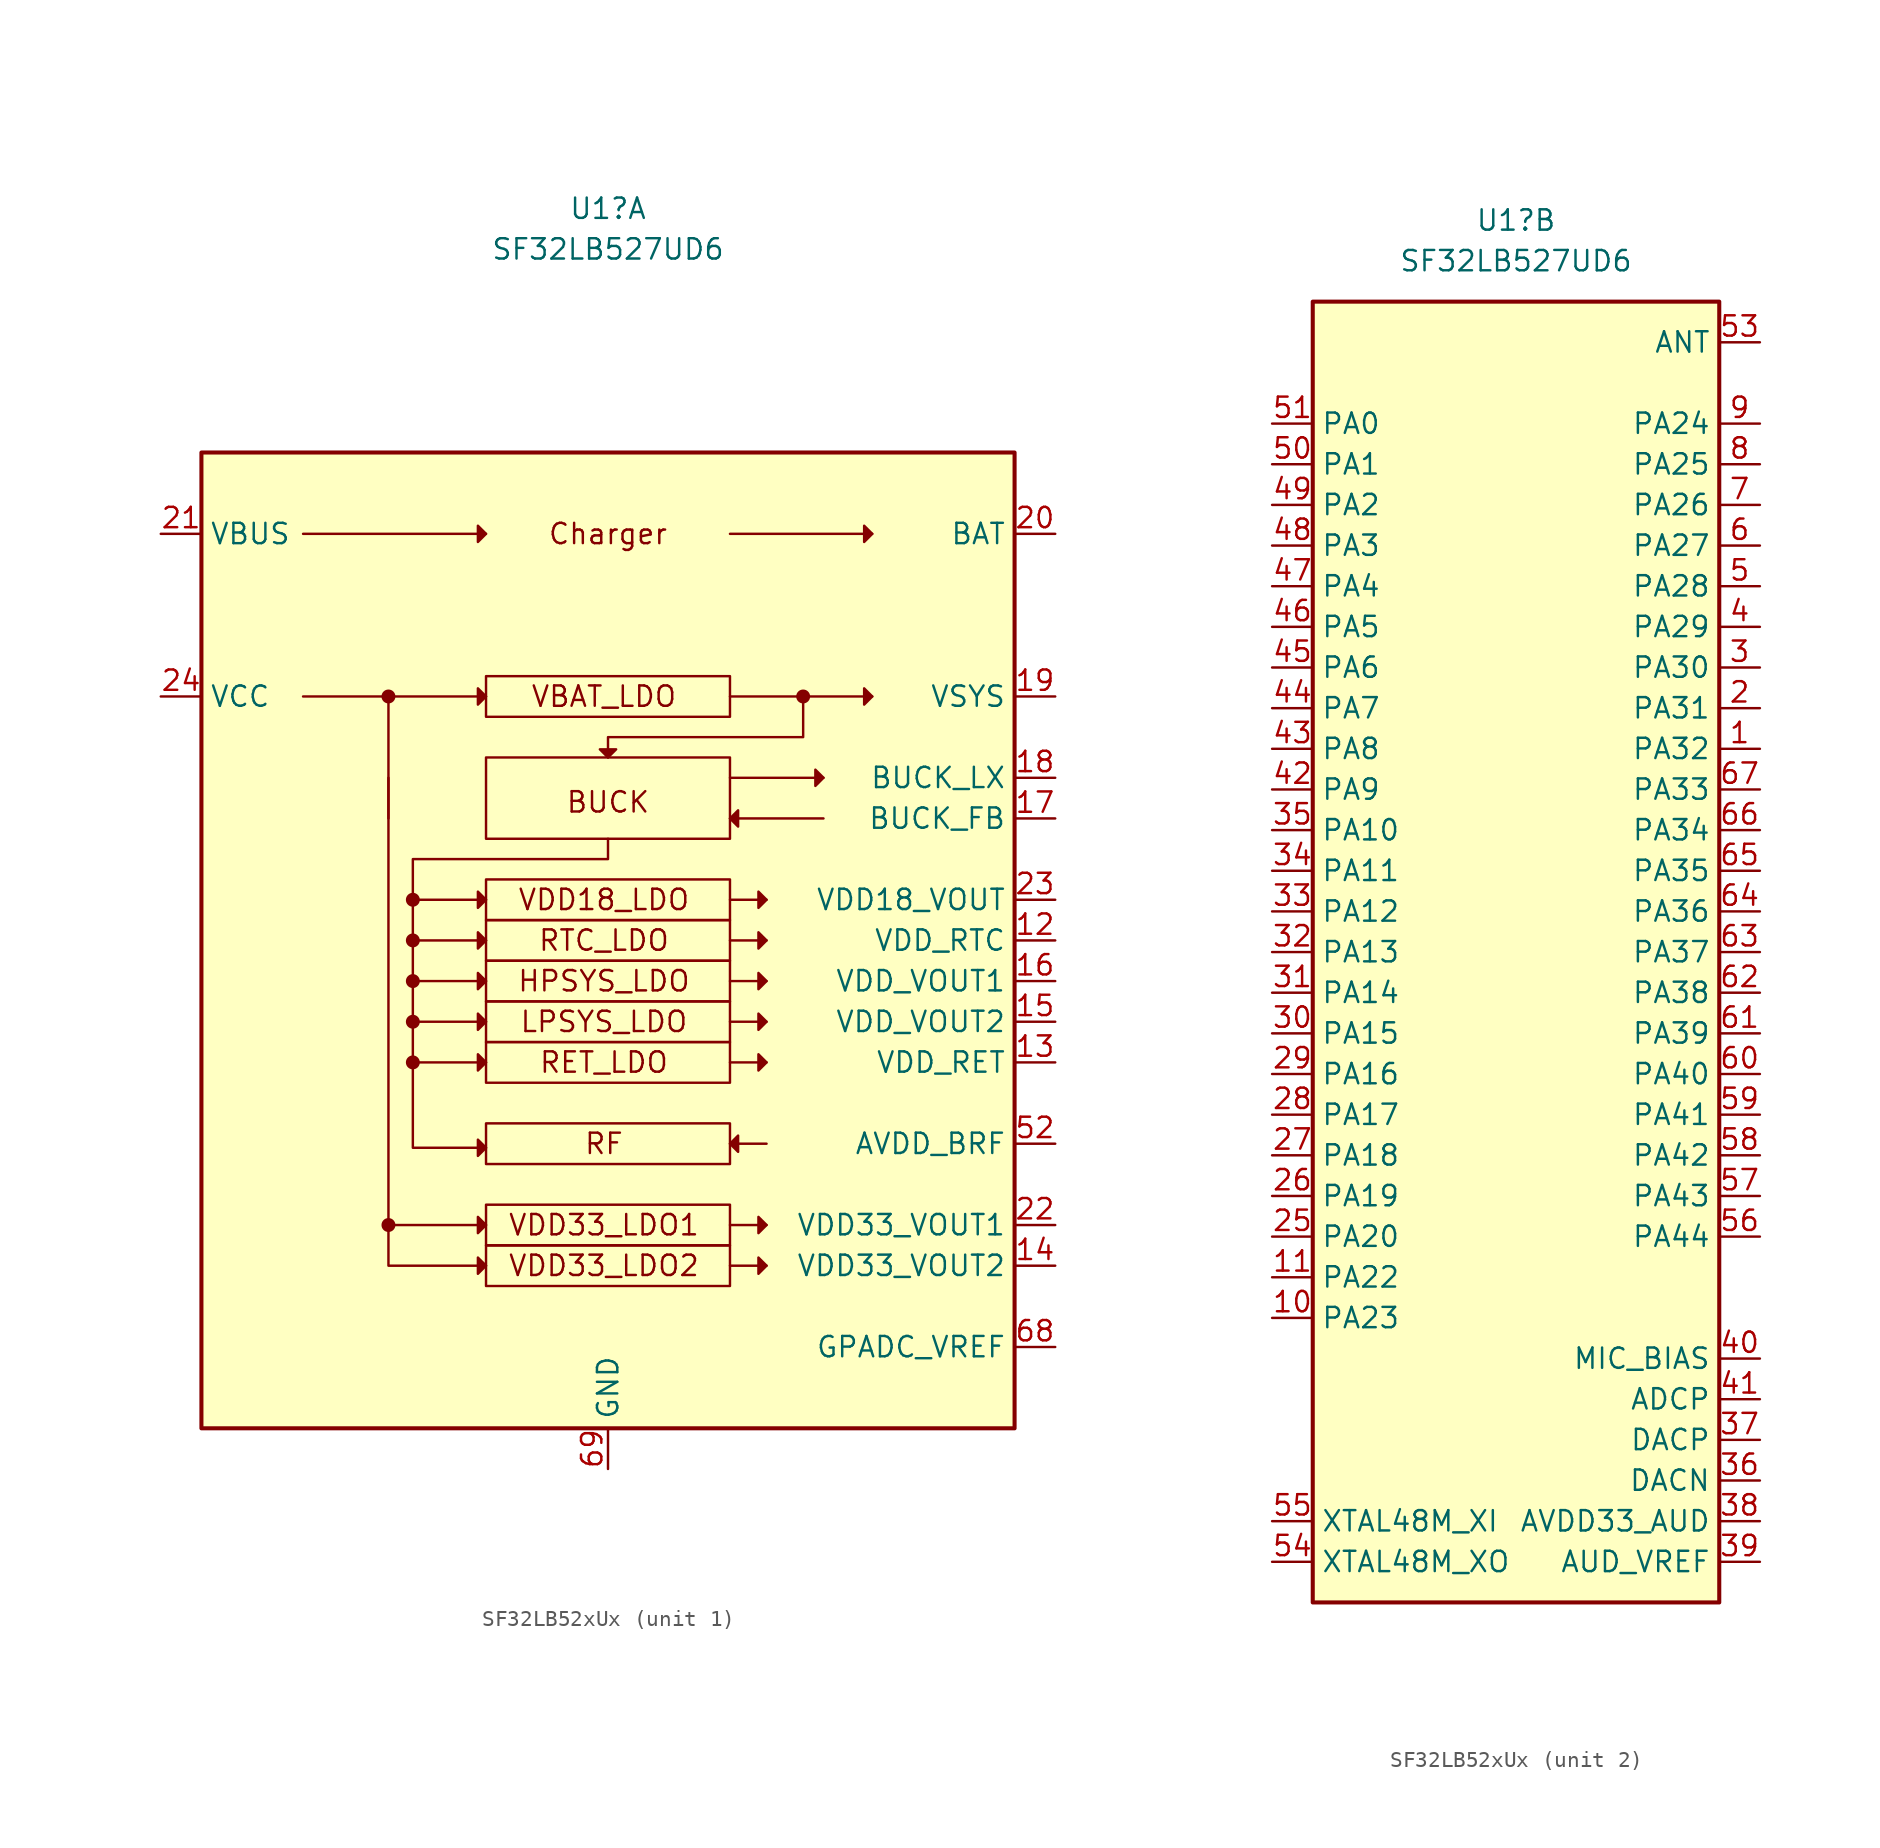
<source format=kicad_sym>
(kicad_symbol_lib
  (version 20231120)
  (generator "kicad_symbol_editor")
  (generator_version "8.0")
  (symbol "SF32LB52xUx"
    (property "Reference" "U1"
      (at 0 45.72 0)
      (effects (font (size 1.27 1.27))))
    (property "Value" "SF32LB527UD6"
      (at 0 43.18 0)
      (effects (font (size 1.27 1.27))))
    (property "ki_locked" ""
      (at 0 0 0)
      (effects (font (size 1.27 1.27))))
    (symbol "SF32LB52xUx_1_0"
      (pin power_out line (at 27.94 0 180) (length 2.54) (name "VDD_RTC" (effects (font (size 1.27 1.27)))) (number "12" (effects (font (size 1.27 1.27)))))
      (pin power_out line (at 27.94 -7.62 180) (length 2.54) (name "VDD_RET" (effects (font (size 1.27 1.27)))) (number "13" (effects (font (size 1.27 1.27)))))
      (pin power_out line (at 27.94 -20.32 180) (length 2.54) (name "VDD33_VOUT2" (effects (font (size 1.27 1.27)))) (number "14" (effects (font (size 1.27 1.27)))))
      (pin power_out line (at 27.94 -5.08 180) (length 2.54) (name "VDD_VOUT2" (effects (font (size 1.27 1.27)))) (number "15" (effects (font (size 1.27 1.27)))))
      (pin power_out line (at 27.94 -2.54 180) (length 2.54) (name "VDD_VOUT1" (effects (font (size 1.27 1.27)))) (number "16" (effects (font (size 1.27 1.27)))))
      (pin power_out line (at 27.94 7.62 180) (length 2.54) (name "BUCK_FB" (effects (font (size 1.27 1.27)))) (number "17" (effects (font (size 1.27 1.27)))))
      (pin input line (at 27.94 10.16 180) (length 2.54) (name "BUCK_LX" (effects (font (size 1.27 1.27)))) (number "18" (effects (font (size 1.27 1.27)))))
      (pin power_out line (at 27.94 15.24 180) (length 2.54) (name "VSYS" (effects (font (size 1.27 1.27)))) (number "19" (effects (font (size 1.27 1.27)))))
      (pin bidirectional line (at 27.94 25.4 180) (length 2.54) (name "BAT" (effects (font (size 1.27 1.27)))) (number "20" (effects (font (size 1.27 1.27)))))
      (pin power_in line (at -27.94 25.4 0) (length 2.54) (name "VBUS" (effects (font (size 1.27 1.27)))) (number "21" (effects (font (size 1.27 1.27)))))
      (pin power_out line (at 27.94 -17.78 180) (length 2.54) (name "VDD33_VOUT1" (effects (font (size 1.27 1.27)))) (number "22" (effects (font (size 1.27 1.27)))))
      (pin power_out line (at 27.94 2.54 180) (length 2.54) (name "VDD18_VOUT" (effects (font (size 1.27 1.27)))) (number "23" (effects (font (size 1.27 1.27)))))
      (pin power_in line (at -27.94 15.24 0) (length 2.54) (name "VCC" (effects (font (size 1.27 1.27)))) (number "24" (effects (font (size 1.27 1.27)))))
      (pin power_in line (at 27.94 -12.7 180) (length 2.54) (name "AVDD_BRF" (effects (font (size 1.27 1.27)))) (number "52" (effects (font (size 1.27 1.27)))))
      (pin bidirectional line (at 27.94 -25.4 180) (length 2.54) (name "GPADC_VREF" (effects (font (size 1.27 1.27)))) (number "68" (effects (font (size 1.27 1.27)))))
      (pin power_in line (at 0 -33.02 90) (length 2.54) (name "GND" (effects (font (size 1.27 1.27)))) (number "69" (effects (font (size 1.27 1.27))))))
    (symbol "SF32LB52xUx_1_1"
      (rectangle (start -25.4 30.48) (end 25.4 -30.48) (stroke (width 0.254) (type default)) (fill (type background)))
      (circle (center -13.716 -17.78) (radius 0.359) (stroke (width 0) (type default)) (fill (type outline)))
      (circle (center -13.716 15.24) (radius 0.359) (stroke (width 0) (type default)) (fill (type outline)))
      (circle (center -12.192 -7.62) (radius 0.359) (stroke (width 0) (type default)) (fill (type outline)))
      (circle (center -12.192 -5.08) (radius 0.359) (stroke (width 0) (type default)) (fill (type outline)))
      (circle (center -12.192 -2.54) (radius 0.359) (stroke (width 0) (type default)) (fill (type outline)))
      (circle (center -12.192 0) (radius 0.359) (stroke (width 0) (type default)) (fill (type outline)))
      (circle (center -12.192 2.54) (radius 0.359) (stroke (width 0) (type default)) (fill (type outline)))
      (rectangle (start -7.62 -19.05) (end 7.62 -21.59) (stroke (width 0) (type default)) (fill (type none)))
      (rectangle (start -7.62 -16.51) (end 7.62 -19.05) (stroke (width 0) (type default)) (fill (type none)))
      (rectangle (start -7.62 -11.43) (end 7.62 -13.97) (stroke (width 0) (type default)) (fill (type none)))
      (rectangle (start -7.62 -6.35) (end 7.62 -8.89) (stroke (width 0) (type default)) (fill (type none)))
      (rectangle (start -7.62 -3.81) (end 7.62 -6.35) (stroke (width 0) (type default)) (fill (type none)))
      (rectangle (start -7.62 -1.27) (end 7.62 -3.81) (stroke (width 0) (type default)) (fill (type none)))
      (rectangle (start -7.62 1.27) (end 7.62 -1.27) (stroke (width 0) (type default)) (fill (type none)))
      (rectangle (start -7.62 3.81) (end 7.62 1.27) (stroke (width 0) (type default)) (fill (type none)))
      (rectangle (start -7.62 11.43) (end 7.62 6.35) (stroke (width 0) (type default)) (fill (type none)))
      (rectangle (start -7.62 16.51) (end 7.62 13.97) (stroke (width 0) (type default)) (fill (type none)))
      (polyline (pts (xy -13.716 7.62) (xy -13.716 15.24)) (stroke (width 0) (type default)) (fill (type none)))
      (polyline (pts (xy -7.62 -5.08) (xy -12.192 -5.08)) (stroke (width 0) (type default)) (fill (type none)))
      (polyline (pts (xy -7.62 -2.54) (xy -12.192 -2.54)) (stroke (width 0) (type default)) (fill (type none)))
      (polyline (pts (xy -7.62 0) (xy -12.192 0)) (stroke (width 0) (type default)) (fill (type none)))
      (polyline (pts (xy -7.62 2.54) (xy -12.192 2.54)) (stroke (width 0) (type default)) (fill (type none)))
      (polyline (pts (xy -7.62 15.24) (xy -19.05 15.24)) (stroke (width 0) (type default)) (fill (type none)))
      (polyline (pts (xy -7.62 25.4) (xy -19.05 25.4)) (stroke (width 0) (type default)) (fill (type none)))
      (polyline (pts (xy 7.62 -20.32) (xy 9.906 -20.32)) (stroke (width 0) (type default)) (fill (type none)))
      (polyline (pts (xy 7.62 -17.78) (xy 9.906 -17.78)) (stroke (width 0) (type default)) (fill (type none)))
      (polyline (pts (xy 7.62 -12.7) (xy 9.906 -12.7)) (stroke (width 0) (type default)) (fill (type none)))
      (polyline (pts (xy 7.62 -7.62) (xy 9.906 -7.62)) (stroke (width 0) (type default)) (fill (type none)))
      (polyline (pts (xy 7.62 -5.08) (xy 9.906 -5.08)) (stroke (width 0) (type default)) (fill (type none)))
      (polyline (pts (xy 7.62 -2.54) (xy 9.906 -2.54)) (stroke (width 0) (type default)) (fill (type none)))
      (polyline (pts (xy 7.62 0) (xy 9.906 0)) (stroke (width 0) (type default)) (fill (type none)))
      (polyline (pts (xy 7.62 2.54) (xy 9.906 2.54)) (stroke (width 0) (type default)) (fill (type none)))
      (polyline (pts (xy 7.62 7.62) (xy 13.462 7.62)) (stroke (width 0) (type default)) (fill (type none)))
      (polyline (pts (xy 7.62 10.16) (xy 13.462 10.16)) (stroke (width 0) (type default)) (fill (type none)))
      (polyline (pts (xy 7.62 15.24) (xy 16.51 15.24)) (stroke (width 0) (type default)) (fill (type none)))
      (polyline (pts (xy 7.62 25.4) (xy 16.51 25.4)) (stroke (width 0) (type default)) (fill (type none)))
      (polyline (pts (xy -13.716 -17.78) (xy -13.716 -20.32) (xy -7.62 -20.32)) (stroke (width 0) (type default)) (fill (type none)))
      (polyline (pts (xy -7.62 -17.78) (xy -13.716 -17.78) (xy -13.716 10.16)) (stroke (width 0) (type default)) (fill (type none)))
      (polyline (pts (xy -7.62 -12.954) (xy -12.192 -12.954) (xy -12.192 -7.62)) (stroke (width 0) (type default)) (fill (type none)))
      (polyline (pts (xy -7.62 -20.32) (xy -8.128 -19.812) (xy -8.128 -20.828) (xy -7.62 -20.32)) (stroke (width 0) (type default)) (fill (type outline)))
      (polyline (pts (xy -7.62 -17.78) (xy -8.128 -17.272) (xy -8.128 -18.288) (xy -7.62 -17.78)) (stroke (width 0) (type default)) (fill (type outline)))
      (polyline (pts (xy -7.62 -12.954) (xy -8.128 -12.446) (xy -8.128 -13.462) (xy -7.62 -12.954)) (stroke (width 0) (type default)) (fill (type outline)))
      (polyline (pts (xy -7.62 -7.62) (xy -8.128 -7.112) (xy -8.128 -8.128) (xy -7.62 -7.62)) (stroke (width 0) (type default)) (fill (type outline)))
      (polyline (pts (xy -7.62 -5.08) (xy -8.128 -4.572) (xy -8.128 -5.588) (xy -7.62 -5.08)) (stroke (width 0) (type default)) (fill (type outline)))
      (polyline (pts (xy -7.62 -2.54) (xy -8.128 -2.032) (xy -8.128 -3.048) (xy -7.62 -2.54)) (stroke (width 0) (type default)) (fill (type outline)))
      (polyline (pts (xy -7.62 0) (xy -8.128 0.508) (xy -8.128 -0.508) (xy -7.62 0)) (stroke (width 0) (type default)) (fill (type outline)))
      (polyline (pts (xy -7.62 2.54) (xy -8.128 3.048) (xy -8.128 2.032) (xy -7.62 2.54)) (stroke (width 0) (type default)) (fill (type outline)))
      (polyline (pts (xy -7.62 15.24) (xy -8.128 15.748) (xy -8.128 14.732) (xy -7.62 15.24)) (stroke (width 0) (type default)) (fill (type outline)))
      (polyline (pts (xy -7.62 25.4) (xy -8.128 25.908) (xy -8.128 24.892) (xy -7.62 25.4)) (stroke (width 0) (type default)) (fill (type outline)))
      (polyline (pts (xy 0 11.43) (xy 0.508 11.938) (xy -0.508 11.938) (xy 0 11.43)) (stroke (width 0) (type default)) (fill (type outline)))
      (polyline (pts (xy 7.62 -12.7) (xy 8.128 -13.208) (xy 8.128 -12.192) (xy 7.62 -12.7)) (stroke (width 0) (type default)) (fill (type outline)))
      (polyline (pts (xy 7.62 7.62) (xy 8.128 7.112) (xy 8.128 8.128) (xy 7.62 7.62)) (stroke (width 0) (type default)) (fill (type outline)))
      (polyline (pts (xy 9.906 -20.32) (xy 9.398 -19.812) (xy 9.398 -20.828) (xy 9.906 -20.32)) (stroke (width 0) (type default)) (fill (type outline)))
      (polyline (pts (xy 9.906 -17.78) (xy 9.398 -17.272) (xy 9.398 -18.288) (xy 9.906 -17.78)) (stroke (width 0) (type default)) (fill (type outline)))
      (polyline (pts (xy 9.906 -7.62) (xy 9.398 -7.112) (xy 9.398 -8.128) (xy 9.906 -7.62)) (stroke (width 0) (type default)) (fill (type outline)))
      (polyline (pts (xy 9.906 -5.08) (xy 9.398 -4.572) (xy 9.398 -5.588) (xy 9.906 -5.08)) (stroke (width 0) (type default)) (fill (type outline)))
      (polyline (pts (xy 9.906 -2.54) (xy 9.398 -2.032) (xy 9.398 -3.048) (xy 9.906 -2.54)) (stroke (width 0) (type default)) (fill (type outline)))
      (polyline (pts (xy 9.906 0) (xy 9.398 0.508) (xy 9.398 -0.508) (xy 9.906 0)) (stroke (width 0) (type default)) (fill (type outline)))
      (polyline (pts (xy 9.906 2.54) (xy 9.398 3.048) (xy 9.398 2.032) (xy 9.906 2.54)) (stroke (width 0) (type default)) (fill (type outline)))
      (polyline (pts (xy 12.192 15.24) (xy 12.192 12.7) (xy 0 12.7) (xy 0 11.43)) (stroke (width 0) (type default)) (fill (type none)))
      (polyline (pts (xy 13.462 10.16) (xy 12.954 10.668) (xy 12.954 9.652) (xy 13.462 10.16)) (stroke (width 0) (type default)) (fill (type outline)))
      (polyline (pts (xy 16.51 15.24) (xy 16.002 15.748) (xy 16.002 14.732) (xy 16.51 15.24)) (stroke (width 0) (type default)) (fill (type outline)))
      (polyline (pts (xy 16.51 25.4) (xy 16.002 25.908) (xy 16.002 24.892) (xy 16.51 25.4)) (stroke (width 0) (type default)) (fill (type outline)))
      (polyline (pts (xy 0 6.35) (xy 0 5.08) (xy -12.192 5.08) (xy -12.192 -7.62) (xy -7.62 -7.62)) (stroke (width 0) (type default)) (fill (type none)))
      (circle (center 12.192 15.24) (radius 0.359) (stroke (width 0) (type default)) (fill (type outline)))
      (text "BUCK" (at 0 8.636 0) (effects (font (size 1.27 1.27))))
      (text "Charger" (at 0 25.4 0) (effects (font (size 1.27 1.27))))
      (text "HPSYS_LDO" (at -0.254 -2.54 0) (effects (font (size 1.27 1.27))))
      (text "LPSYS_LDO" (at -0.254 -5.08 0) (effects (font (size 1.27 1.27))))
      (text "RET_LDO" (at -0.254 -7.62 0) (effects (font (size 1.27 1.27))))
      (text "RF" (at -0.254 -12.7 0) (effects (font (size 1.27 1.27))))
      (text "RTC_LDO" (at -0.254 0 0) (effects (font (size 1.27 1.27))))
      (text "VBAT_LDO" (at -0.254 15.24 0) (effects (font (size 1.27 1.27))))
      (text "VDD18_LDO" (at -0.254 2.54 0) (effects (font (size 1.27 1.27))))
      (text "VDD33_LDO1" (at -0.254 -17.78 0) (effects (font (size 1.27 1.27))))
      (text "VDD33_LDO2" (at -0.254 -20.32 0) (effects (font (size 1.27 1.27)))))
    (symbol "SF32LB52xUx_2_0"
      (pin bidirectional line (at 15.24 12.7 180) (length 2.54) (name "PA32" (effects (font (size 1.27 1.27)))) (number "1" (effects (font (size 1.27 1.27)))))
      (pin bidirectional line (at -15.24 -22.86 0) (length 2.54) (name "PA23" (effects (font (size 1.27 1.27)))) (number "10" (effects (font (size 1.27 1.27)))))
      (pin bidirectional line (at -15.24 -20.32 0) (length 2.54) (name "PA22" (effects (font (size 1.27 1.27)))) (number "11" (effects (font (size 1.27 1.27)))))
      (pin bidirectional line (at 15.24 15.24 180) (length 2.54) (name "PA31" (effects (font (size 1.27 1.27)))) (number "2" (effects (font (size 1.27 1.27)))))
      (pin bidirectional line (at -15.24 -17.78 0) (length 2.54) (name "PA20" (effects (font (size 1.27 1.27)))) (number "25" (effects (font (size 1.27 1.27)))))
      (pin bidirectional line (at -15.24 -15.24 0) (length 2.54) (name "PA19" (effects (font (size 1.27 1.27)))) (number "26" (effects (font (size 1.27 1.27)))))
      (pin bidirectional line (at -15.24 -12.7 0) (length 2.54) (name "PA18" (effects (font (size 1.27 1.27)))) (number "27" (effects (font (size 1.27 1.27)))))
      (pin bidirectional line (at -15.24 -10.16 0) (length 2.54) (name "PA17" (effects (font (size 1.27 1.27)))) (number "28" (effects (font (size 1.27 1.27)))))
      (pin bidirectional line (at -15.24 -7.62 0) (length 2.54) (name "PA16" (effects (font (size 1.27 1.27)))) (number "29" (effects (font (size 1.27 1.27)))))
      (pin bidirectional line (at 15.24 17.78 180) (length 2.54) (name "PA30" (effects (font (size 1.27 1.27)))) (number "3" (effects (font (size 1.27 1.27)))))
      (pin bidirectional line (at -15.24 -5.08 0) (length 2.54) (name "PA15" (effects (font (size 1.27 1.27)))) (number "30" (effects (font (size 1.27 1.27)))))
      (pin bidirectional line (at -15.24 -2.54 0) (length 2.54) (name "PA14" (effects (font (size 1.27 1.27)))) (number "31" (effects (font (size 1.27 1.27)))))
      (pin bidirectional line (at -15.24 0 0) (length 2.54) (name "PA13" (effects (font (size 1.27 1.27)))) (number "32" (effects (font (size 1.27 1.27)))))
      (pin bidirectional line (at -15.24 2.54 0) (length 2.54) (name "PA12" (effects (font (size 1.27 1.27)))) (number "33" (effects (font (size 1.27 1.27)))))
      (pin bidirectional line (at -15.24 5.08 0) (length 2.54) (name "PA11" (effects (font (size 1.27 1.27)))) (number "34" (effects (font (size 1.27 1.27)))))
      (pin bidirectional line (at -15.24 7.62 0) (length 2.54) (name "PA10" (effects (font (size 1.27 1.27)))) (number "35" (effects (font (size 1.27 1.27)))))
      (pin output line (at 15.24 -33.02 180) (length 2.54) (name "DACN" (effects (font (size 1.27 1.27)))) (number "36" (effects (font (size 1.27 1.27)))))
      (pin output line (at 15.24 -30.48 180) (length 2.54) (name "DACP" (effects (font (size 1.27 1.27)))) (number "37" (effects (font (size 1.27 1.27)))))
      (pin power_in line (at 15.24 -35.56 180) (length 2.54) (name "AVDD33_AUD" (effects (font (size 1.27 1.27)))) (number "38" (effects (font (size 1.27 1.27)))))
      (pin power_in line (at 15.24 -38.1 180) (length 2.54) (name "AUD_VREF" (effects (font (size 1.27 1.27)))) (number "39" (effects (font (size 1.27 1.27)))))
      (pin bidirectional line (at 15.24 20.32 180) (length 2.54) (name "PA29" (effects (font (size 1.27 1.27)))) (number "4" (effects (font (size 1.27 1.27)))))
      (pin power_out line (at 15.24 -25.4 180) (length 2.54) (name "MIC_BIAS" (effects (font (size 1.27 1.27)))) (number "40" (effects (font (size 1.27 1.27)))))
      (pin input line (at 15.24 -27.94 180) (length 2.54) (name "ADCP" (effects (font (size 1.27 1.27)))) (number "41" (effects (font (size 1.27 1.27)))))
      (pin bidirectional line (at -15.24 10.16 0) (length 2.54) (name "PA9" (effects (font (size 1.27 1.27)))) (number "42" (effects (font (size 1.27 1.27)))))
      (pin bidirectional line (at -15.24 12.7 0) (length 2.54) (name "PA8" (effects (font (size 1.27 1.27)))) (number "43" (effects (font (size 1.27 1.27)))))
      (pin bidirectional line (at -15.24 15.24 0) (length 2.54) (name "PA7" (effects (font (size 1.27 1.27)))) (number "44" (effects (font (size 1.27 1.27)))))
      (pin bidirectional line (at -15.24 17.78 0) (length 2.54) (name "PA6" (effects (font (size 1.27 1.27)))) (number "45" (effects (font (size 1.27 1.27)))))
      (pin bidirectional line (at -15.24 20.32 0) (length 2.54) (name "PA5" (effects (font (size 1.27 1.27)))) (number "46" (effects (font (size 1.27 1.27)))))
      (pin bidirectional line (at -15.24 22.86 0) (length 2.54) (name "PA4" (effects (font (size 1.27 1.27)))) (number "47" (effects (font (size 1.27 1.27)))))
      (pin bidirectional line (at -15.24 25.4 0) (length 2.54) (name "PA3" (effects (font (size 1.27 1.27)))) (number "48" (effects (font (size 1.27 1.27)))))
      (pin bidirectional line (at -15.24 27.94 0) (length 2.54) (name "PA2" (effects (font (size 1.27 1.27)))) (number "49" (effects (font (size 1.27 1.27)))))
      (pin bidirectional line (at 15.24 22.86 180) (length 2.54) (name "PA28" (effects (font (size 1.27 1.27)))) (number "5" (effects (font (size 1.27 1.27)))))
      (pin bidirectional line (at -15.24 30.48 0) (length 2.54) (name "PA1" (effects (font (size 1.27 1.27)))) (number "50" (effects (font (size 1.27 1.27)))))
      (pin bidirectional line (at -15.24 33.02 0) (length 2.54) (name "PA0" (effects (font (size 1.27 1.27)))) (number "51" (effects (font (size 1.27 1.27)))))
      (pin bidirectional line (at 15.24 38.1 180) (length 2.54) (name "ANT" (effects (font (size 1.27 1.27)))) (number "53" (effects (font (size 1.27 1.27)))))
      (pin unspecified line (at -15.24 -38.1 0) (length 2.54) (name "XTAL48M_XO" (effects (font (size 1.27 1.27)))) (number "54" (effects (font (size 1.27 1.27)))))
      (pin unspecified line (at -15.24 -35.56 0) (length 2.54) (name "XTAL48M_XI" (effects (font (size 1.27 1.27)))) (number "55" (effects (font (size 1.27 1.27)))))
      (pin bidirectional line (at 15.24 -17.78 180) (length 2.54) (name "PA44" (effects (font (size 1.27 1.27)))) (number "56" (effects (font (size 1.27 1.27)))))
      (pin bidirectional line (at 15.24 -15.24 180) (length 2.54) (name "PA43" (effects (font (size 1.27 1.27)))) (number "57" (effects (font (size 1.27 1.27)))))
      (pin bidirectional line (at 15.24 -12.7 180) (length 2.54) (name "PA42" (effects (font (size 1.27 1.27)))) (number "58" (effects (font (size 1.27 1.27)))))
      (pin bidirectional line (at 15.24 -10.16 180) (length 2.54) (name "PA41" (effects (font (size 1.27 1.27)))) (number "59" (effects (font (size 1.27 1.27)))))
      (pin bidirectional line (at 15.24 25.4 180) (length 2.54) (name "PA27" (effects (font (size 1.27 1.27)))) (number "6" (effects (font (size 1.27 1.27)))))
      (pin bidirectional line (at 15.24 -7.62 180) (length 2.54) (name "PA40" (effects (font (size 1.27 1.27)))) (number "60" (effects (font (size 1.27 1.27)))))
      (pin bidirectional line (at 15.24 -5.08 180) (length 2.54) (name "PA39" (effects (font (size 1.27 1.27)))) (number "61" (effects (font (size 1.27 1.27)))))
      (pin bidirectional line (at 15.24 -2.54 180) (length 2.54) (name "PA38" (effects (font (size 1.27 1.27)))) (number "62" (effects (font (size 1.27 1.27)))))
      (pin bidirectional line (at 15.24 0 180) (length 2.54) (name "PA37" (effects (font (size 1.27 1.27)))) (number "63" (effects (font (size 1.27 1.27)))))
      (pin bidirectional line (at 15.24 2.54 180) (length 2.54) (name "PA36" (effects (font (size 1.27 1.27)))) (number "64" (effects (font (size 1.27 1.27)))))
      (pin bidirectional line (at 15.24 5.08 180) (length 2.54) (name "PA35" (effects (font (size 1.27 1.27)))) (number "65" (effects (font (size 1.27 1.27)))))
      (pin bidirectional line (at 15.24 7.62 180) (length 2.54) (name "PA34" (effects (font (size 1.27 1.27)))) (number "66" (effects (font (size 1.27 1.27)))))
      (pin bidirectional line (at 15.24 10.16 180) (length 2.54) (name "PA33" (effects (font (size 1.27 1.27)))) (number "67" (effects (font (size 1.27 1.27)))))
      (pin bidirectional line (at 15.24 27.94 180) (length 2.54) (name "PA26" (effects (font (size 1.27 1.27)))) (number "7" (effects (font (size 1.27 1.27)))))
      (pin bidirectional line (at 15.24 30.48 180) (length 2.54) (name "PA25" (effects (font (size 1.27 1.27)))) (number "8" (effects (font (size 1.27 1.27)))))
      (pin bidirectional line (at 15.24 33.02 180) (length 2.54) (name "PA24" (effects (font (size 1.27 1.27)))) (number "9" (effects (font (size 1.27 1.27))))))
    (symbol "SF32LB52xUx_2_1"
      (rectangle (start -12.7 40.64) (end 12.7 -40.64) (stroke (width 0.254) (type default)) (fill (type background))))))
</source>
